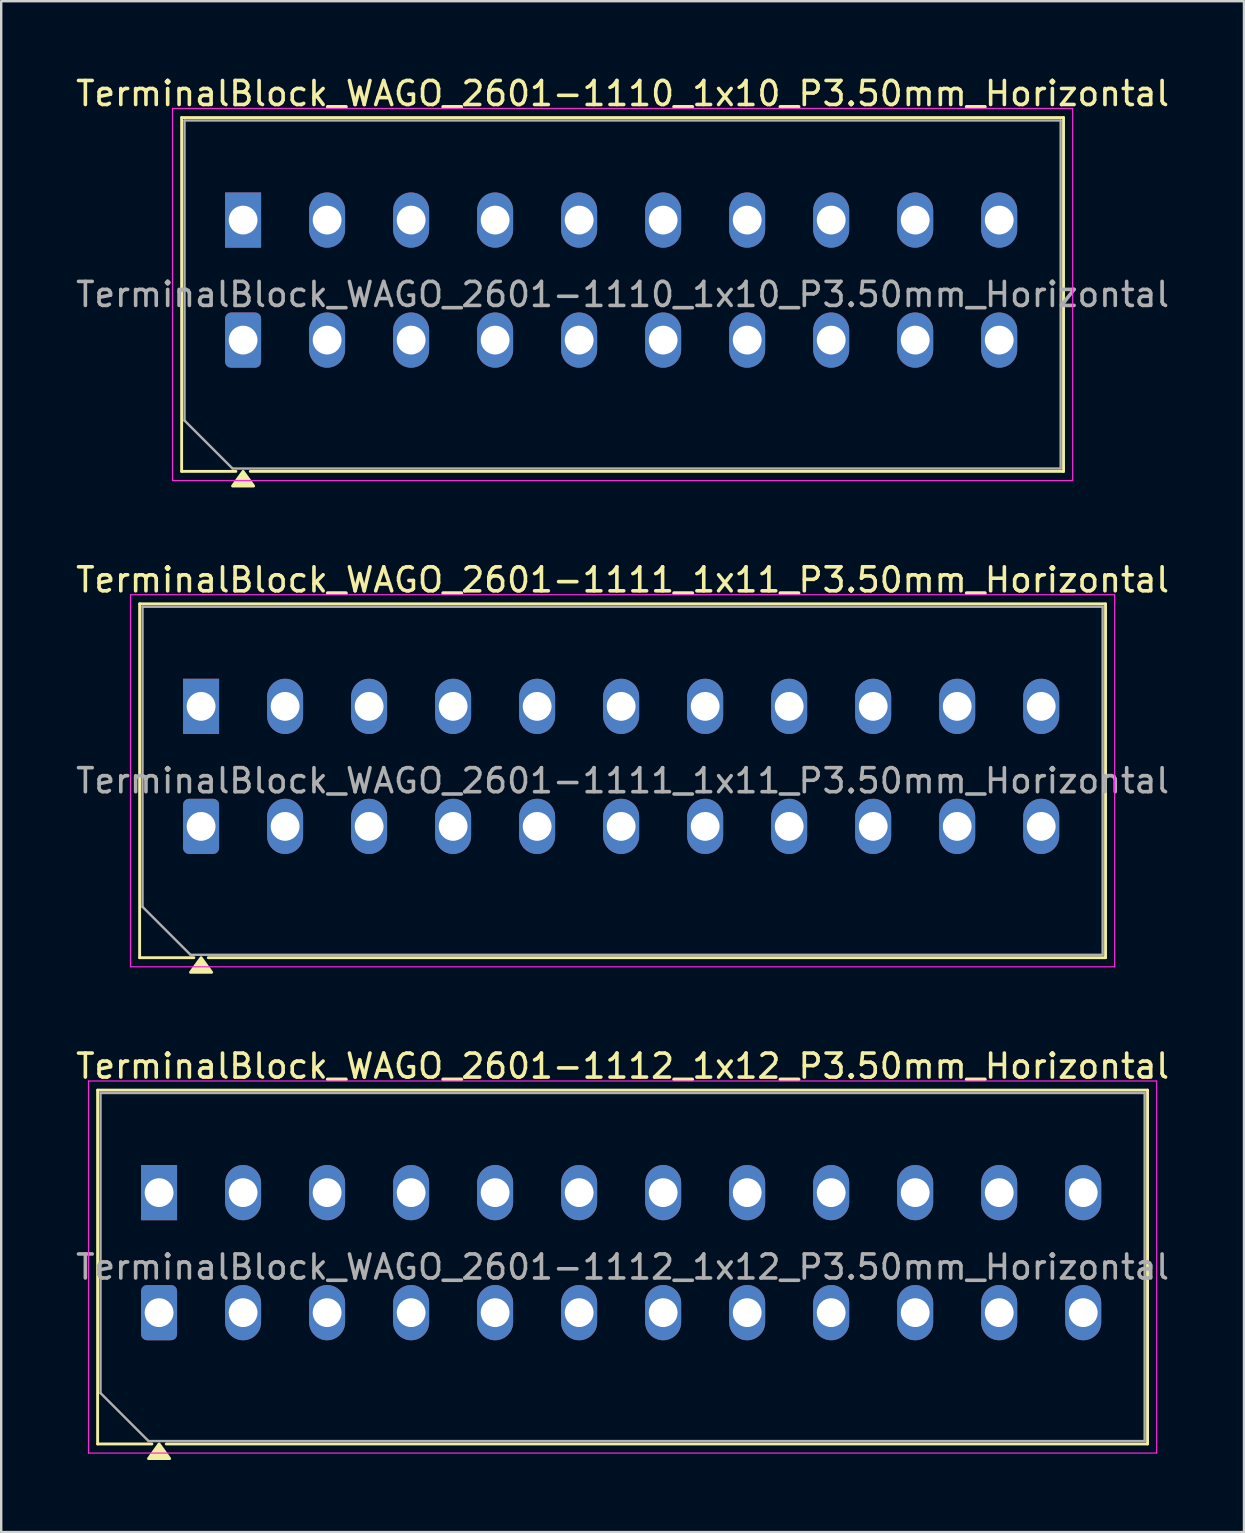
<source format=kicad_pcb>
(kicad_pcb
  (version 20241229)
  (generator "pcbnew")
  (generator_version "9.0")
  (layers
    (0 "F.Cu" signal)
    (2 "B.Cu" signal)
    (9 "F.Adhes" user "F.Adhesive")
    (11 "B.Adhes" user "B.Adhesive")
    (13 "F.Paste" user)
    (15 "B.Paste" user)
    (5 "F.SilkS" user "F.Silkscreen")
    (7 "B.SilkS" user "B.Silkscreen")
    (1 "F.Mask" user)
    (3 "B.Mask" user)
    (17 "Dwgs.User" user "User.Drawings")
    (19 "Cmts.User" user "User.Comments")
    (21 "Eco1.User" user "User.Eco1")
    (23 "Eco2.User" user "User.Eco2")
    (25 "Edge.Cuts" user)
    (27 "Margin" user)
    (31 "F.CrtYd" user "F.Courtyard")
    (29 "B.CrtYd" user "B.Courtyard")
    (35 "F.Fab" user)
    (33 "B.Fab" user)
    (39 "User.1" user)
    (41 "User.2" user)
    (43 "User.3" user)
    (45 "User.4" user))
  (footprint "TerminalBlock_WAGO_2601-1110_1x10_P3.50mm_Horizontal"
    (layer "F.Cu")
    (at 7.077 11.118)
    (property "Reference" "TerminalBlock_WAGO_2601-1110_1x10_P3.50mm_Horizontal" (at 15.81 -10.27 0) (layer "F.SilkS") (effects (font (size 1 1) (thickness 0.15))))
    (attr through_hole)
    (fp_line (start -2.56 -9.27) (end 34.18 -9.27) (stroke (width 0.12) (type solid)) (layer "F.SilkS"))
    (fp_line (start -2.56 5.47) (end -2.56 -9.27) (stroke (width 0.12) (type solid)) (layer "F.SilkS"))
    (fp_line (start -0.3 5.47) (end -2.56 5.47) (stroke (width 0.12) (type solid)) (layer "F.SilkS"))
    (fp_line (start 34.18 -9.27) (end 34.18 5.47) (stroke (width 0.12) (type solid)) (layer "F.SilkS"))
    (fp_line (start 34.18 5.47) (end 0.3 5.47) (stroke (width 0.12) (type solid)) (layer "F.SilkS"))
    (fp_poly (pts (xy 0 5.47) (xy 0.44 6.08) (xy -0.44 6.08)) (stroke (width 0.12) (type solid)) (fill yes) (layer "F.SilkS"))
    (fp_line (start -2.94 -9.65) (end -2.94 5.85) (stroke (width 0.05) (type solid)) (layer "F.CrtYd"))
    (fp_line (start -2.94 5.85) (end 34.56 5.85) (stroke (width 0.05) (type solid)) (layer "F.CrtYd"))
    (fp_line (start 34.56 -9.65) (end -2.94 -9.65) (stroke (width 0.05) (type solid)) (layer "F.CrtYd"))
    (fp_line (start 34.56 5.85) (end 34.56 -9.65) (stroke (width 0.05) (type solid)) (layer "F.CrtYd"))
    (fp_line (start -2.44 -9.15) (end 34.06 -9.15) (stroke (width 0.1) (type solid)) (layer "F.Fab"))
    (fp_line (start -2.44 3.35) (end -2.44 -9.15) (stroke (width 0.1) (type solid)) (layer "F.Fab"))
    (fp_line (start -0.44 5.35) (end -2.44 3.35) (stroke (width 0.1) (type solid)) (layer "F.Fab"))
    (fp_line (start 34.06 -9.15) (end 34.06 5.35) (stroke (width 0.1) (type solid)) (layer "F.Fab"))
    (fp_line (start 34.06 5.35) (end -0.44 5.35) (stroke (width 0.1) (type solid)) (layer "F.Fab"))
    (fp_text user "${REFERENCE}" (at 15.81 -1.9 0) (layer "F.Fab") (effects (font (size 1 1) (thickness 0.15))))
    (pad "1" thru_hole rect (at 0 -5) (size 1.5 2.3) (drill 1.2) (layers "*.Cu" "*.Mask"))
    (pad "1" thru_hole roundrect (at 0 0) (size 1.5 2.3) (drill 1.2) (layers "*.Cu" "*.Mask") (roundrect_rratio 0.167))
    (pad "2" thru_hole oval (at 3.5 -5) (size 1.5 2.3) (drill 1.2) (layers "*.Cu" "*.Mask"))
    (pad "2" thru_hole oval (at 3.5 0) (size 1.5 2.3) (drill 1.2) (layers "*.Cu" "*.Mask"))
    (pad "3" thru_hole oval (at 7 -5) (size 1.5 2.3) (drill 1.2) (layers "*.Cu" "*.Mask"))
    (pad "3" thru_hole oval (at 7 0) (size 1.5 2.3) (drill 1.2) (layers "*.Cu" "*.Mask"))
    (pad "4" thru_hole oval (at 10.5 -5) (size 1.5 2.3) (drill 1.2) (layers "*.Cu" "*.Mask"))
    (pad "4" thru_hole oval (at 10.5 0) (size 1.5 2.3) (drill 1.2) (layers "*.Cu" "*.Mask"))
    (pad "5" thru_hole oval (at 14 -5) (size 1.5 2.3) (drill 1.2) (layers "*.Cu" "*.Mask"))
    (pad "5" thru_hole oval (at 14 0) (size 1.5 2.3) (drill 1.2) (layers "*.Cu" "*.Mask"))
    (pad "6" thru_hole oval (at 17.5 -5) (size 1.5 2.3) (drill 1.2) (layers "*.Cu" "*.Mask"))
    (pad "6" thru_hole oval (at 17.5 0) (size 1.5 2.3) (drill 1.2) (layers "*.Cu" "*.Mask"))
    (pad "7" thru_hole oval (at 21 -5) (size 1.5 2.3) (drill 1.2) (layers "*.Cu" "*.Mask"))
    (pad "7" thru_hole oval (at 21 0) (size 1.5 2.3) (drill 1.2) (layers "*.Cu" "*.Mask"))
    (pad "8" thru_hole oval (at 24.5 -5) (size 1.5 2.3) (drill 1.2) (layers "*.Cu" "*.Mask"))
    (pad "8" thru_hole oval (at 24.5 0) (size 1.5 2.3) (drill 1.2) (layers "*.Cu" "*.Mask"))
    (pad "9" thru_hole oval (at 28 -5) (size 1.5 2.3) (drill 1.2) (layers "*.Cu" "*.Mask"))
    (pad "9" thru_hole oval (at 28 0) (size 1.5 2.3) (drill 1.2) (layers "*.Cu" "*.Mask"))
    (pad "10" thru_hole oval (at 31.5 -5) (size 1.5 2.3) (drill 1.2) (layers "*.Cu" "*.Mask"))
    (pad "10" thru_hole oval (at 31.5 0) (size 1.5 2.3) (drill 1.2) (layers "*.Cu" "*.Mask")))
  (footprint "TerminalBlock_WAGO_2601-1112_1x12_P3.50mm_Horizontal"
    (layer "F.Cu")
    (at 3.577 51.635)
    (property "Reference" "TerminalBlock_WAGO_2601-1112_1x12_P3.50mm_Horizontal" (at 19.31 -10.27 0) (layer "F.SilkS") (effects (font (size 1 1) (thickness 0.15))))
    (attr through_hole)
    (fp_line (start -2.56 -9.27) (end 41.18 -9.27) (stroke (width 0.12) (type solid)) (layer "F.SilkS"))
    (fp_line (start -2.56 5.47) (end -2.56 -9.27) (stroke (width 0.12) (type solid)) (layer "F.SilkS"))
    (fp_line (start -0.3 5.47) (end -2.56 5.47) (stroke (width 0.12) (type solid)) (layer "F.SilkS"))
    (fp_line (start 41.18 -9.27) (end 41.18 5.47) (stroke (width 0.12) (type solid)) (layer "F.SilkS"))
    (fp_line (start 41.18 5.47) (end 0.3 5.47) (stroke (width 0.12) (type solid)) (layer "F.SilkS"))
    (fp_poly (pts (xy 0 5.47) (xy 0.44 6.08) (xy -0.44 6.08)) (stroke (width 0.12) (type solid)) (fill yes) (layer "F.SilkS"))
    (fp_line (start -2.94 -9.65) (end -2.94 5.85) (stroke (width 0.05) (type solid)) (layer "F.CrtYd"))
    (fp_line (start -2.94 5.85) (end 41.56 5.85) (stroke (width 0.05) (type solid)) (layer "F.CrtYd"))
    (fp_line (start 41.56 -9.65) (end -2.94 -9.65) (stroke (width 0.05) (type solid)) (layer "F.CrtYd"))
    (fp_line (start 41.56 5.85) (end 41.56 -9.65) (stroke (width 0.05) (type solid)) (layer "F.CrtYd"))
    (fp_line (start -2.44 -9.15) (end 41.06 -9.15) (stroke (width 0.1) (type solid)) (layer "F.Fab"))
    (fp_line (start -2.44 3.35) (end -2.44 -9.15) (stroke (width 0.1) (type solid)) (layer "F.Fab"))
    (fp_line (start -0.44 5.35) (end -2.44 3.35) (stroke (width 0.1) (type solid)) (layer "F.Fab"))
    (fp_line (start 41.06 -9.15) (end 41.06 5.35) (stroke (width 0.1) (type solid)) (layer "F.Fab"))
    (fp_line (start 41.06 5.35) (end -0.44 5.35) (stroke (width 0.1) (type solid)) (layer "F.Fab"))
    (fp_text user "${REFERENCE}" (at 19.31 -1.9 0) (layer "F.Fab") (effects (font (size 1 1) (thickness 0.15))))
    (pad "1" thru_hole rect (at 0 -5) (size 1.5 2.3) (drill 1.2) (layers "*.Cu" "*.Mask"))
    (pad "1" thru_hole roundrect (at 0 0) (size 1.5 2.3) (drill 1.2) (layers "*.Cu" "*.Mask") (roundrect_rratio 0.167))
    (pad "2" thru_hole oval (at 3.5 -5) (size 1.5 2.3) (drill 1.2) (layers "*.Cu" "*.Mask"))
    (pad "2" thru_hole oval (at 3.5 0) (size 1.5 2.3) (drill 1.2) (layers "*.Cu" "*.Mask"))
    (pad "3" thru_hole oval (at 7 -5) (size 1.5 2.3) (drill 1.2) (layers "*.Cu" "*.Mask"))
    (pad "3" thru_hole oval (at 7 0) (size 1.5 2.3) (drill 1.2) (layers "*.Cu" "*.Mask"))
    (pad "4" thru_hole oval (at 10.5 -5) (size 1.5 2.3) (drill 1.2) (layers "*.Cu" "*.Mask"))
    (pad "4" thru_hole oval (at 10.5 0) (size 1.5 2.3) (drill 1.2) (layers "*.Cu" "*.Mask"))
    (pad "5" thru_hole oval (at 14 -5) (size 1.5 2.3) (drill 1.2) (layers "*.Cu" "*.Mask"))
    (pad "5" thru_hole oval (at 14 0) (size 1.5 2.3) (drill 1.2) (layers "*.Cu" "*.Mask"))
    (pad "6" thru_hole oval (at 17.5 -5) (size 1.5 2.3) (drill 1.2) (layers "*.Cu" "*.Mask"))
    (pad "6" thru_hole oval (at 17.5 0) (size 1.5 2.3) (drill 1.2) (layers "*.Cu" "*.Mask"))
    (pad "7" thru_hole oval (at 21 -5) (size 1.5 2.3) (drill 1.2) (layers "*.Cu" "*.Mask"))
    (pad "7" thru_hole oval (at 21 0) (size 1.5 2.3) (drill 1.2) (layers "*.Cu" "*.Mask"))
    (pad "8" thru_hole oval (at 24.5 -5) (size 1.5 2.3) (drill 1.2) (layers "*.Cu" "*.Mask"))
    (pad "8" thru_hole oval (at 24.5 0) (size 1.5 2.3) (drill 1.2) (layers "*.Cu" "*.Mask"))
    (pad "9" thru_hole oval (at 28 -5) (size 1.5 2.3) (drill 1.2) (layers "*.Cu" "*.Mask"))
    (pad "9" thru_hole oval (at 28 0) (size 1.5 2.3) (drill 1.2) (layers "*.Cu" "*.Mask"))
    (pad "10" thru_hole oval (at 31.5 -5) (size 1.5 2.3) (drill 1.2) (layers "*.Cu" "*.Mask"))
    (pad "10" thru_hole oval (at 31.5 0) (size 1.5 2.3) (drill 1.2) (layers "*.Cu" "*.Mask"))
    (pad "11" thru_hole oval (at 35 -5) (size 1.5 2.3) (drill 1.2) (layers "*.Cu" "*.Mask"))
    (pad "11" thru_hole oval (at 35 0) (size 1.5 2.3) (drill 1.2) (layers "*.Cu" "*.Mask"))
    (pad "12" thru_hole oval (at 38.5 -5) (size 1.5 2.3) (drill 1.2) (layers "*.Cu" "*.Mask"))
    (pad "12" thru_hole oval (at 38.5 0) (size 1.5 2.3) (drill 1.2) (layers "*.Cu" "*.Mask")))
  (footprint "TerminalBlock_WAGO_2601-1111_1x11_P3.50mm_Horizontal"
    (layer "F.Cu")
    (at 5.327 31.377)
    (property "Reference" "TerminalBlock_WAGO_2601-1111_1x11_P3.50mm_Horizontal" (at 17.56 -10.27 0) (layer "F.SilkS") (effects (font (size 1 1) (thickness 0.15))))
    (attr through_hole)
    (fp_line (start -2.56 -9.27) (end 37.68 -9.27) (stroke (width 0.12) (type solid)) (layer "F.SilkS"))
    (fp_line (start -2.56 5.47) (end -2.56 -9.27) (stroke (width 0.12) (type solid)) (layer "F.SilkS"))
    (fp_line (start -0.3 5.47) (end -2.56 5.47) (stroke (width 0.12) (type solid)) (layer "F.SilkS"))
    (fp_line (start 37.68 -9.27) (end 37.68 5.47) (stroke (width 0.12) (type solid)) (layer "F.SilkS"))
    (fp_line (start 37.68 5.47) (end 0.3 5.47) (stroke (width 0.12) (type solid)) (layer "F.SilkS"))
    (fp_poly (pts (xy 0 5.47) (xy 0.44 6.08) (xy -0.44 6.08)) (stroke (width 0.12) (type solid)) (fill yes) (layer "F.SilkS"))
    (fp_line (start -2.94 -9.65) (end -2.94 5.85) (stroke (width 0.05) (type solid)) (layer "F.CrtYd"))
    (fp_line (start -2.94 5.85) (end 38.06 5.85) (stroke (width 0.05) (type solid)) (layer "F.CrtYd"))
    (fp_line (start 38.06 -9.65) (end -2.94 -9.65) (stroke (width 0.05) (type solid)) (layer "F.CrtYd"))
    (fp_line (start 38.06 5.85) (end 38.06 -9.65) (stroke (width 0.05) (type solid)) (layer "F.CrtYd"))
    (fp_line (start -2.44 -9.15) (end 37.56 -9.15) (stroke (width 0.1) (type solid)) (layer "F.Fab"))
    (fp_line (start -2.44 3.35) (end -2.44 -9.15) (stroke (width 0.1) (type solid)) (layer "F.Fab"))
    (fp_line (start -0.44 5.35) (end -2.44 3.35) (stroke (width 0.1) (type solid)) (layer "F.Fab"))
    (fp_line (start 37.56 -9.15) (end 37.56 5.35) (stroke (width 0.1) (type solid)) (layer "F.Fab"))
    (fp_line (start 37.56 5.35) (end -0.44 5.35) (stroke (width 0.1) (type solid)) (layer "F.Fab"))
    (fp_text user "${REFERENCE}" (at 17.56 -1.9 0) (layer "F.Fab") (effects (font (size 1 1) (thickness 0.15))))
    (pad "1" thru_hole rect (at 0 -5) (size 1.5 2.3) (drill 1.2) (layers "*.Cu" "*.Mask"))
    (pad "1" thru_hole roundrect (at 0 0) (size 1.5 2.3) (drill 1.2) (layers "*.Cu" "*.Mask") (roundrect_rratio 0.167))
    (pad "2" thru_hole oval (at 3.5 -5) (size 1.5 2.3) (drill 1.2) (layers "*.Cu" "*.Mask"))
    (pad "2" thru_hole oval (at 3.5 0) (size 1.5 2.3) (drill 1.2) (layers "*.Cu" "*.Mask"))
    (pad "3" thru_hole oval (at 7 -5) (size 1.5 2.3) (drill 1.2) (layers "*.Cu" "*.Mask"))
    (pad "3" thru_hole oval (at 7 0) (size 1.5 2.3) (drill 1.2) (layers "*.Cu" "*.Mask"))
    (pad "4" thru_hole oval (at 10.5 -5) (size 1.5 2.3) (drill 1.2) (layers "*.Cu" "*.Mask"))
    (pad "4" thru_hole oval (at 10.5 0) (size 1.5 2.3) (drill 1.2) (layers "*.Cu" "*.Mask"))
    (pad "5" thru_hole oval (at 14 -5) (size 1.5 2.3) (drill 1.2) (layers "*.Cu" "*.Mask"))
    (pad "5" thru_hole oval (at 14 0) (size 1.5 2.3) (drill 1.2) (layers "*.Cu" "*.Mask"))
    (pad "6" thru_hole oval (at 17.5 -5) (size 1.5 2.3) (drill 1.2) (layers "*.Cu" "*.Mask"))
    (pad "6" thru_hole oval (at 17.5 0) (size 1.5 2.3) (drill 1.2) (layers "*.Cu" "*.Mask"))
    (pad "7" thru_hole oval (at 21 -5) (size 1.5 2.3) (drill 1.2) (layers "*.Cu" "*.Mask"))
    (pad "7" thru_hole oval (at 21 0) (size 1.5 2.3) (drill 1.2) (layers "*.Cu" "*.Mask"))
    (pad "8" thru_hole oval (at 24.5 -5) (size 1.5 2.3) (drill 1.2) (layers "*.Cu" "*.Mask"))
    (pad "8" thru_hole oval (at 24.5 0) (size 1.5 2.3) (drill 1.2) (layers "*.Cu" "*.Mask"))
    (pad "9" thru_hole oval (at 28 -5) (size 1.5 2.3) (drill 1.2) (layers "*.Cu" "*.Mask"))
    (pad "9" thru_hole oval (at 28 0) (size 1.5 2.3) (drill 1.2) (layers "*.Cu" "*.Mask"))
    (pad "10" thru_hole oval (at 31.5 -5) (size 1.5 2.3) (drill 1.2) (layers "*.Cu" "*.Mask"))
    (pad "10" thru_hole oval (at 31.5 0) (size 1.5 2.3) (drill 1.2) (layers "*.Cu" "*.Mask"))
    (pad "11" thru_hole oval (at 35 -5) (size 1.5 2.3) (drill 1.2) (layers "*.Cu" "*.Mask"))
    (pad "11" thru_hole oval (at 35 0) (size 1.5 2.3) (drill 1.2) (layers "*.Cu" "*.Mask")))
  (gr_rect
    (start -3 -3)
    (end 48.774 60.775)
    (stroke (width 0.1) (type default))
    (fill no)
    (layer "Edge.Cuts")))
</source>
